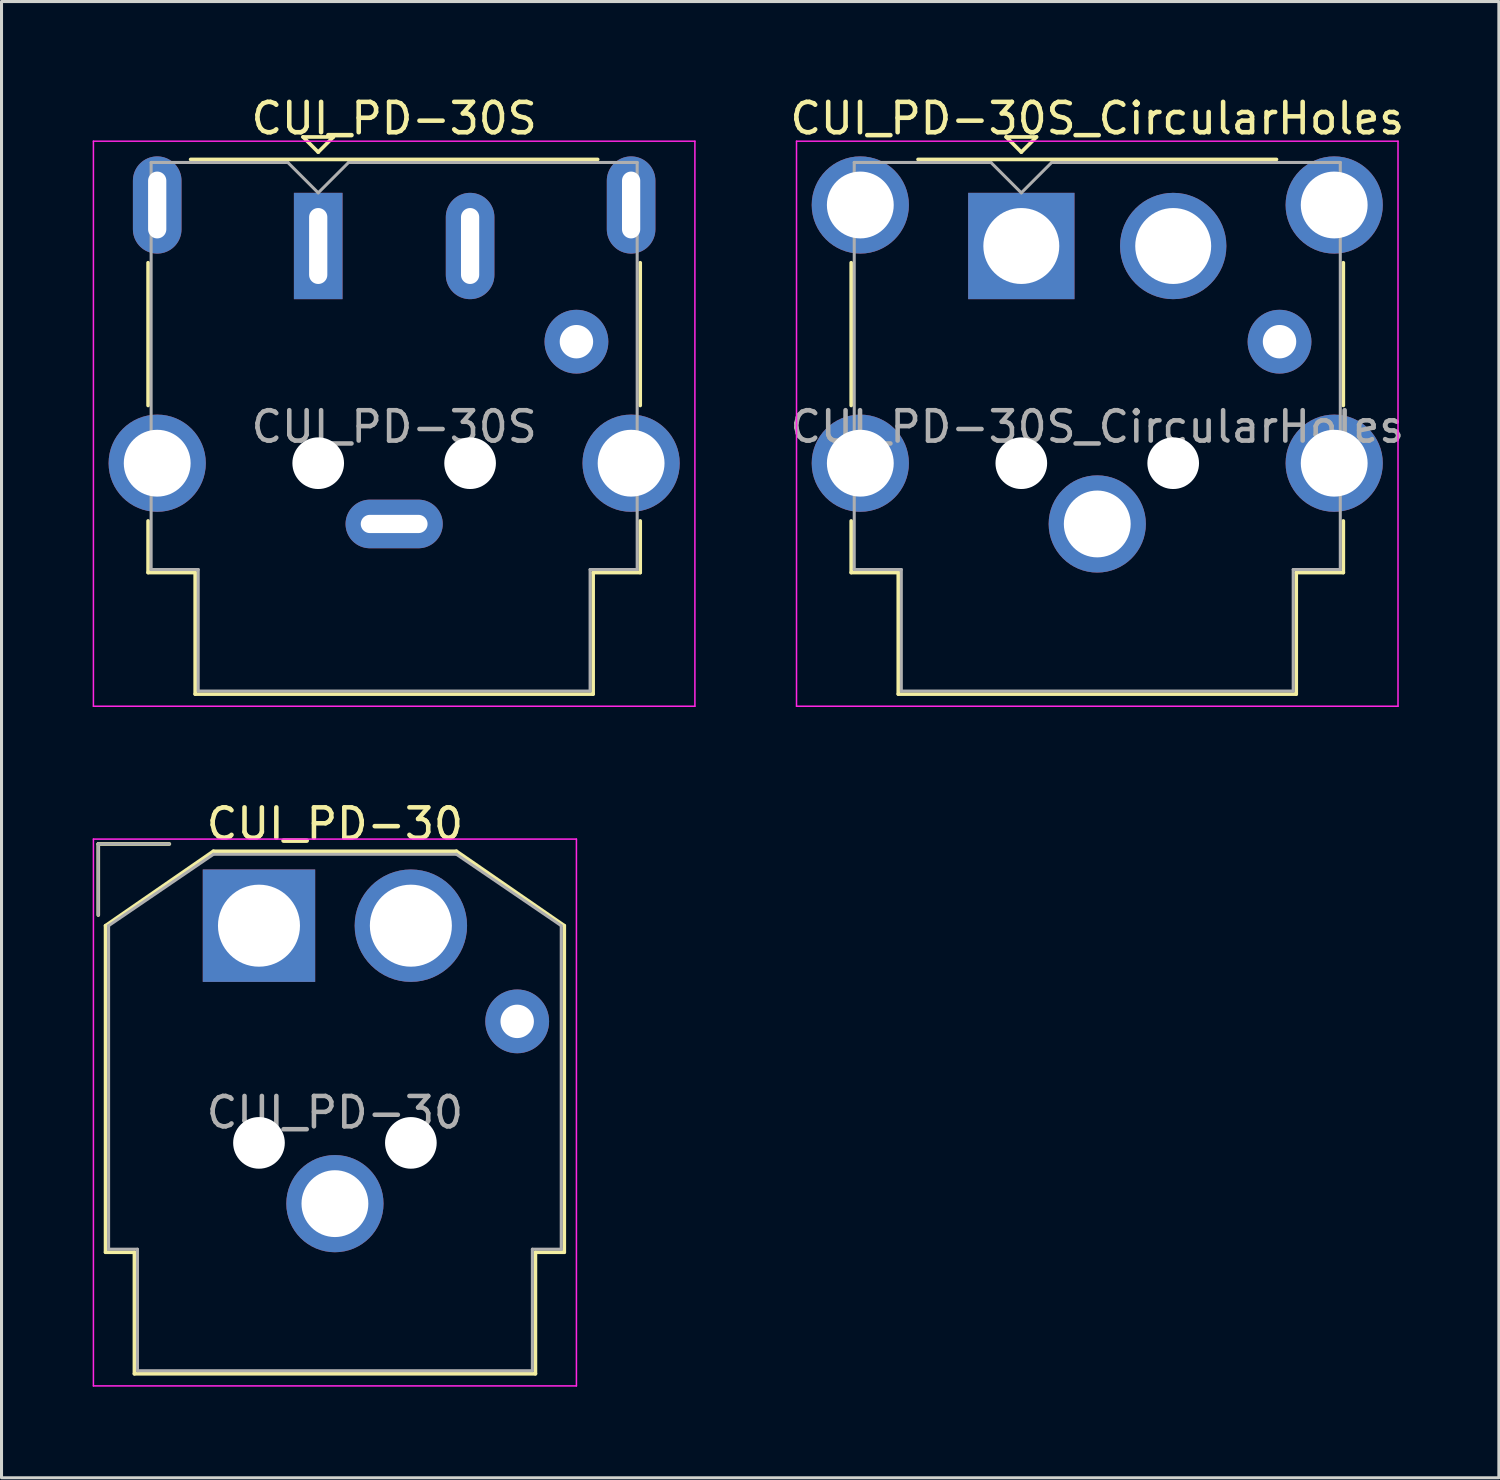
<source format=kicad_pcb>
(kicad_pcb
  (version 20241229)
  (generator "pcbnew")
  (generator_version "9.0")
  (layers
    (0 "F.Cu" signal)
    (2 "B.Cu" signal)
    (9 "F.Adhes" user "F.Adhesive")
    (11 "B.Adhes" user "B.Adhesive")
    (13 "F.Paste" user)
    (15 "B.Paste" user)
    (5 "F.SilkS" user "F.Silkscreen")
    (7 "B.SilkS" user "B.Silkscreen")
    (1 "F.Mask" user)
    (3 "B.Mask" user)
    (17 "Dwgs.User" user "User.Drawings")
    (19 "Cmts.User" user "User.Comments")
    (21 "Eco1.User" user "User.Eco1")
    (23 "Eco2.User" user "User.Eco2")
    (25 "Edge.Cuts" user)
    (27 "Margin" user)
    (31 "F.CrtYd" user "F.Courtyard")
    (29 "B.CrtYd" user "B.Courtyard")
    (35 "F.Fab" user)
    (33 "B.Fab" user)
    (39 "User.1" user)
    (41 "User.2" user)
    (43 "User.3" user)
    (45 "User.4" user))
  (footprint "CUI_PD-30"
    (layer "F.Cu")
    (at 5.475 27.422)
    (property "Reference" "CUI_PD-30" (at 2.5 -3.35 0) (layer "F.SilkS") (effects (font (size 1 1) (thickness 0.15))))
    (attr through_hole)
    (fp_line (start -5.29 -2.69) (end -2.95 -2.69) (stroke (width 0.12) (type solid)) (layer "F.SilkS"))
    (fp_line (start -5.29 -0.35) (end -5.29 -2.69) (stroke (width 0.12) (type solid)) (layer "F.SilkS"))
    (fp_line (start -5.05 0) (end -1.5 -2.45) (stroke (width 0.12) (type solid)) (layer "F.SilkS"))
    (fp_line (start -5.05 10.75) (end -5.05 0) (stroke (width 0.12) (type solid)) (layer "F.SilkS"))
    (fp_line (start -4.1 10.75) (end -5.05 10.75) (stroke (width 0.12) (type solid)) (layer "F.SilkS"))
    (fp_line (start -4.1 14.75) (end -4.1 10.75) (stroke (width 0.12) (type solid)) (layer "F.SilkS"))
    (fp_line (start -1.5 -2.45) (end 6.5 -2.45) (stroke (width 0.12) (type solid)) (layer "F.SilkS"))
    (fp_line (start 6.5 -2.45) (end 10.05 0) (stroke (width 0.12) (type solid)) (layer "F.SilkS"))
    (fp_line (start 9.1 10.75) (end 9.1 14.75) (stroke (width 0.12) (type solid)) (layer "F.SilkS"))
    (fp_line (start 9.1 14.75) (end -4.1 14.75) (stroke (width 0.12) (type solid)) (layer "F.SilkS"))
    (fp_line (start 10.05 0) (end 10.05 10.75) (stroke (width 0.12) (type solid)) (layer "F.SilkS"))
    (fp_line (start 10.05 10.75) (end 9.1 10.75) (stroke (width 0.12) (type solid)) (layer "F.SilkS"))
    (fp_line (start -5.45 -2.85) (end 10.45 -2.85) (stroke (width 0.05) (type solid)) (layer "F.CrtYd"))
    (fp_line (start -5.45 15.15) (end -5.45 -2.85) (stroke (width 0.05) (type solid)) (layer "F.CrtYd"))
    (fp_line (start 10.45 -2.85) (end 10.45 15.15) (stroke (width 0.05) (type solid)) (layer "F.CrtYd"))
    (fp_line (start 10.45 15.15) (end -5.45 15.15) (stroke (width 0.05) (type solid)) (layer "F.CrtYd"))
    (fp_line (start -5.29 -2.69) (end -2.95 -2.69) (stroke (width 0.1) (type solid)) (layer "F.Fab"))
    (fp_line (start -5.29 -0.35) (end -5.29 -2.69) (stroke (width 0.1) (type solid)) (layer "F.Fab"))
    (fp_line (start -4.95 0) (end -1.5 -2.35) (stroke (width 0.1) (type solid)) (layer "F.Fab"))
    (fp_line (start -4.95 10.65) (end -4.95 0) (stroke (width 0.1) (type solid)) (layer "F.Fab"))
    (fp_line (start -4 10.65) (end -4.95 10.65) (stroke (width 0.1) (type solid)) (layer "F.Fab"))
    (fp_line (start -4 14.65) (end -4 10.65) (stroke (width 0.1) (type solid)) (layer "F.Fab"))
    (fp_line (start -1.5 -2.35) (end 6.5 -2.35) (stroke (width 0.1) (type solid)) (layer "F.Fab"))
    (fp_line (start 6.5 -2.35) (end 9.95 0) (stroke (width 0.1) (type solid)) (layer "F.Fab"))
    (fp_line (start 9 10.65) (end 9 14.65) (stroke (width 0.1) (type solid)) (layer "F.Fab"))
    (fp_line (start 9 14.65) (end -4 14.65) (stroke (width 0.1) (type solid)) (layer "F.Fab"))
    (fp_line (start 9.95 0) (end 9.95 10.65) (stroke (width 0.1) (type solid)) (layer "F.Fab"))
    (fp_line (start 9.95 10.65) (end 9 10.65) (stroke (width 0.1) (type solid)) (layer "F.Fab"))
    (fp_text user "${REFERENCE}" (at 2.5 6.15 0) (layer "F.Fab") (effects (font (size 1 1) (thickness 0.15))))
    (pad "" np_thru_hole circle (at 0 7.15 180) (size 1.7 1.7) (drill 1.7) (layers "*.Cu" "*.Mask"))
    (pad "" np_thru_hole circle (at 5 7.15 180) (size 1.7 1.7) (drill 1.7) (layers "*.Cu" "*.Mask"))
    (pad "1" thru_hole rect (at 0 0 180) (size 3.7 3.7) (drill 2.7) (layers "*.Cu" "*.Mask"))
    (pad "2" thru_hole circle (at 5 0 180) (size 3.7 3.7) (drill 2.7) (layers "*.Cu" "*.Mask"))
    (pad "3" thru_hole circle (at 8.5 3.15 180) (size 2.1 2.1) (drill 1.1) (layers "*.Cu" "*.Mask"))
    (pad "4" thru_hole circle (at 2.5 9.15 180) (size 3.2 3.2) (drill 2.2) (layers "*.Cu" "*.Mask")))
  (footprint "CUI_PD-30S_CircularHoles"
    (layer "F.Cu")
    (at 30.57 5.048)
    (property "Reference" "CUI_PD-30S_CircularHoles" (at 2.5 -4.2 0) (layer "F.SilkS") (effects (font (size 1 1) (thickness 0.15))))
    (attr through_hole)
    (fp_line (start -5.6 5.25) (end -5.6 0.55) (stroke (width 0.12) (type solid)) (layer "F.SilkS"))
    (fp_line (start -5.6 10.75) (end -5.6 9.05) (stroke (width 0.12) (type solid)) (layer "F.SilkS"))
    (fp_line (start -4.05 10.75) (end -5.6 10.75) (stroke (width 0.12) (type solid)) (layer "F.SilkS"))
    (fp_line (start -4.05 14.75) (end -4.05 10.75) (stroke (width 0.12) (type solid)) (layer "F.SilkS"))
    (fp_line (start -3.4 -2.85) (end 8.4 -2.85) (stroke (width 0.12) (type solid)) (layer "F.SilkS"))
    (fp_line (start -0.5 -3.59) (end 0.5 -3.59) (stroke (width 0.12) (type solid)) (layer "F.SilkS"))
    (fp_line (start 0 -3.09) (end -0.5 -3.59) (stroke (width 0.12) (type solid)) (layer "F.SilkS"))
    (fp_line (start 0.5 -3.59) (end 0 -3.09) (stroke (width 0.12) (type solid)) (layer "F.SilkS"))
    (fp_line (start 9.05 10.75) (end 9.05 14.75) (stroke (width 0.12) (type solid)) (layer "F.SilkS"))
    (fp_line (start 9.05 14.75) (end -4.05 14.75) (stroke (width 0.12) (type solid)) (layer "F.SilkS"))
    (fp_line (start 10.6 0.55) (end 10.6 5.25) (stroke (width 0.12) (type solid)) (layer "F.SilkS"))
    (fp_line (start 10.6 9.05) (end 10.6 10.75) (stroke (width 0.12) (type solid)) (layer "F.SilkS"))
    (fp_line (start 10.6 10.75) (end 9.05 10.75) (stroke (width 0.12) (type solid)) (layer "F.SilkS"))
    (fp_line (start -7.4 -3.45) (end 12.4 -3.45) (stroke (width 0.05) (type solid)) (layer "F.CrtYd"))
    (fp_line (start -7.4 15.15) (end -7.4 -3.45) (stroke (width 0.05) (type solid)) (layer "F.CrtYd"))
    (fp_line (start 12.4 -3.45) (end 12.4 15.15) (stroke (width 0.05) (type solid)) (layer "F.CrtYd"))
    (fp_line (start 12.4 15.15) (end -7.4 15.15) (stroke (width 0.05) (type solid)) (layer "F.CrtYd"))
    (fp_line (start -5.5 -2.75) (end -1 -2.75) (stroke (width 0.1) (type solid)) (layer "F.Fab"))
    (fp_line (start -5.5 10.65) (end -5.5 -2.75) (stroke (width 0.1) (type solid)) (layer "F.Fab"))
    (fp_line (start -3.95 10.65) (end -5.5 10.65) (stroke (width 0.1) (type solid)) (layer "F.Fab"))
    (fp_line (start -3.95 14.65) (end -3.95 10.65) (stroke (width 0.1) (type solid)) (layer "F.Fab"))
    (fp_line (start -1 -2.75) (end 0 -1.75) (stroke (width 0.1) (type solid)) (layer "F.Fab"))
    (fp_line (start 0 -1.75) (end 1 -2.75) (stroke (width 0.1) (type solid)) (layer "F.Fab"))
    (fp_line (start 1 -2.75) (end 10.5 -2.75) (stroke (width 0.1) (type solid)) (layer "F.Fab"))
    (fp_line (start 8.95 10.65) (end 8.95 14.65) (stroke (width 0.1) (type solid)) (layer "F.Fab"))
    (fp_line (start 8.95 14.65) (end -3.95 14.65) (stroke (width 0.1) (type solid)) (layer "F.Fab"))
    (fp_line (start 10.5 -2.75) (end 10.5 10.65) (stroke (width 0.1) (type solid)) (layer "F.Fab"))
    (fp_line (start 10.5 10.65) (end 8.95 10.65) (stroke (width 0.1) (type solid)) (layer "F.Fab"))
    (fp_text user "${REFERENCE}" (at 2.5 5.95 0) (layer "F.Fab") (effects (font (size 1 1) (thickness 0.15))))
    (pad "" np_thru_hole circle (at 0 7.15) (size 1.7 1.7) (drill 1.7) (layers "*.Cu" "*.Mask"))
    (pad "" np_thru_hole circle (at 5 7.15) (size 1.7 1.7) (drill 1.7) (layers "*.Cu" "*.Mask"))
    (pad "1" thru_hole rect (at 0 0) (size 3.5 3.5) (drill 2.5) (layers "*.Cu" "*.Mask"))
    (pad "2" thru_hole circle (at 5 0) (size 3.5 3.5) (drill 2.5) (layers "*.Cu" "*.Mask"))
    (pad "3" thru_hole circle (at 8.5 3.15) (size 2.1 2.1) (drill 1.1) (layers "*.Cu" "*.Mask"))
    (pad "4" thru_hole circle (at -5.3 -1.35) (size 3.2 3.2) (drill 2.2) (layers "*.Cu" "*.Mask"))
    (pad "4" thru_hole circle (at -5.3 7.15) (size 3.2 3.2) (drill 2.2) (layers "*.Cu" "*.Mask"))
    (pad "4" thru_hole circle (at 2.5 9.15) (size 3.2 3.2) (drill 2.2) (layers "*.Cu" "*.Mask"))
    (pad "4" thru_hole circle (at 10.3 -1.35) (size 3.2 3.2) (drill 2.2) (layers "*.Cu" "*.Mask"))
    (pad "4" thru_hole circle (at 10.3 7.15) (size 3.2 3.2) (drill 2.2) (layers "*.Cu" "*.Mask")))
  (footprint "CUI_PD-30S"
    (layer "F.Cu")
    (at 7.425 5.048)
    (property "Reference" "CUI_PD-30S" (at 2.5 -4.2 0) (layer "F.SilkS") (effects (font (size 1 1) (thickness 0.15))))
    (attr through_hole)
    (fp_line (start -5.6 5.25) (end -5.6 0.55) (stroke (width 0.12) (type solid)) (layer "F.SilkS"))
    (fp_line (start -5.6 10.75) (end -5.6 9.05) (stroke (width 0.12) (type solid)) (layer "F.SilkS"))
    (fp_line (start -4.2 -2.85) (end 9.2 -2.85) (stroke (width 0.12) (type solid)) (layer "F.SilkS"))
    (fp_line (start -4.05 10.75) (end -5.6 10.75) (stroke (width 0.12) (type solid)) (layer "F.SilkS"))
    (fp_line (start -4.05 14.75) (end -4.05 10.75) (stroke (width 0.12) (type solid)) (layer "F.SilkS"))
    (fp_line (start -0.5 -3.59) (end 0.5 -3.59) (stroke (width 0.12) (type solid)) (layer "F.SilkS"))
    (fp_line (start 0 -3.09) (end -0.5 -3.59) (stroke (width 0.12) (type solid)) (layer "F.SilkS"))
    (fp_line (start 0.5 -3.59) (end 0 -3.09) (stroke (width 0.12) (type solid)) (layer "F.SilkS"))
    (fp_line (start 9.05 10.75) (end 9.05 14.75) (stroke (width 0.12) (type solid)) (layer "F.SilkS"))
    (fp_line (start 9.05 14.75) (end -4.05 14.75) (stroke (width 0.12) (type solid)) (layer "F.SilkS"))
    (fp_line (start 10.6 0.55) (end 10.6 5.25) (stroke (width 0.12) (type solid)) (layer "F.SilkS"))
    (fp_line (start 10.6 9.05) (end 10.6 10.75) (stroke (width 0.12) (type solid)) (layer "F.SilkS"))
    (fp_line (start 10.6 10.75) (end 9.05 10.75) (stroke (width 0.12) (type solid)) (layer "F.SilkS"))
    (fp_line (start -7.4 -3.45) (end 12.4 -3.45) (stroke (width 0.05) (type solid)) (layer "F.CrtYd"))
    (fp_line (start -7.4 15.15) (end -7.4 -3.45) (stroke (width 0.05) (type solid)) (layer "F.CrtYd"))
    (fp_line (start 12.4 -3.45) (end 12.4 15.15) (stroke (width 0.05) (type solid)) (layer "F.CrtYd"))
    (fp_line (start 12.4 15.15) (end -7.4 15.15) (stroke (width 0.05) (type solid)) (layer "F.CrtYd"))
    (fp_line (start -5.5 -2.75) (end -1 -2.75) (stroke (width 0.1) (type solid)) (layer "F.Fab"))
    (fp_line (start -5.5 10.65) (end -5.5 -2.75) (stroke (width 0.1) (type solid)) (layer "F.Fab"))
    (fp_line (start -3.95 10.65) (end -5.5 10.65) (stroke (width 0.1) (type solid)) (layer "F.Fab"))
    (fp_line (start -3.95 14.65) (end -3.95 10.65) (stroke (width 0.1) (type solid)) (layer "F.Fab"))
    (fp_line (start -1 -2.75) (end 0 -1.75) (stroke (width 0.1) (type solid)) (layer "F.Fab"))
    (fp_line (start 0 -1.75) (end 1 -2.75) (stroke (width 0.1) (type solid)) (layer "F.Fab"))
    (fp_line (start 1 -2.75) (end 10.5 -2.75) (stroke (width 0.1) (type solid)) (layer "F.Fab"))
    (fp_line (start 8.95 10.65) (end 8.95 14.65) (stroke (width 0.1) (type solid)) (layer "F.Fab"))
    (fp_line (start 8.95 14.65) (end -3.95 14.65) (stroke (width 0.1) (type solid)) (layer "F.Fab"))
    (fp_line (start 10.5 -2.75) (end 10.5 10.65) (stroke (width 0.1) (type solid)) (layer "F.Fab"))
    (fp_line (start 10.5 10.65) (end 8.95 10.65) (stroke (width 0.1) (type solid)) (layer "F.Fab"))
    (fp_text user "${REFERENCE}" (at 2.5 5.95 0) (layer "F.Fab") (effects (font (size 1 1) (thickness 0.15))))
    (pad "" np_thru_hole circle (at 0 7.15) (size 1.7 1.7) (drill 1.7) (layers "*.Cu" "*.Mask"))
    (pad "" np_thru_hole circle (at 5 7.15) (size 1.7 1.7) (drill 1.7) (layers "*.Cu" "*.Mask"))
    (pad "1" thru_hole rect (at 0 0) (size 1.6 3.5) (drill oval 0.6 2.5) (layers "*.Cu" "*.Mask"))
    (pad "2" thru_hole oval (at 5 0) (size 1.6 3.5) (drill oval 0.6 2.5) (layers "*.Cu" "*.Mask"))
    (pad "3" thru_hole circle (at 8.5 3.15) (size 2.1 2.1) (drill 1.1) (layers "*.Cu" "*.Mask"))
    (pad "4" thru_hole oval (at -5.3 -1.35) (size 1.6 3.2) (drill oval 0.6 2.2) (layers "*.Cu" "*.Mask"))
    (pad "4" thru_hole circle (at -5.3 7.15) (size 3.2 3.2) (drill 2.2) (layers "*.Cu" "*.Mask"))
    (pad "4" thru_hole oval (at 2.5 9.15) (size 3.2 1.6) (drill oval 2.2 0.6) (layers "*.Cu" "*.Mask"))
    (pad "4" thru_hole oval (at 10.3 -1.35) (size 1.6 3.2) (drill oval 0.6 2.2) (layers "*.Cu" "*.Mask"))
    (pad "4" thru_hole circle (at 10.3 7.15) (size 3.2 3.2) (drill 2.2) (layers "*.Cu" "*.Mask")))
  (gr_rect
    (start -3 -3)
    (end 46.29 45.596)
    (stroke (width 0.1) (type default))
    (fill no)
    (layer "Edge.Cuts")))
</source>
